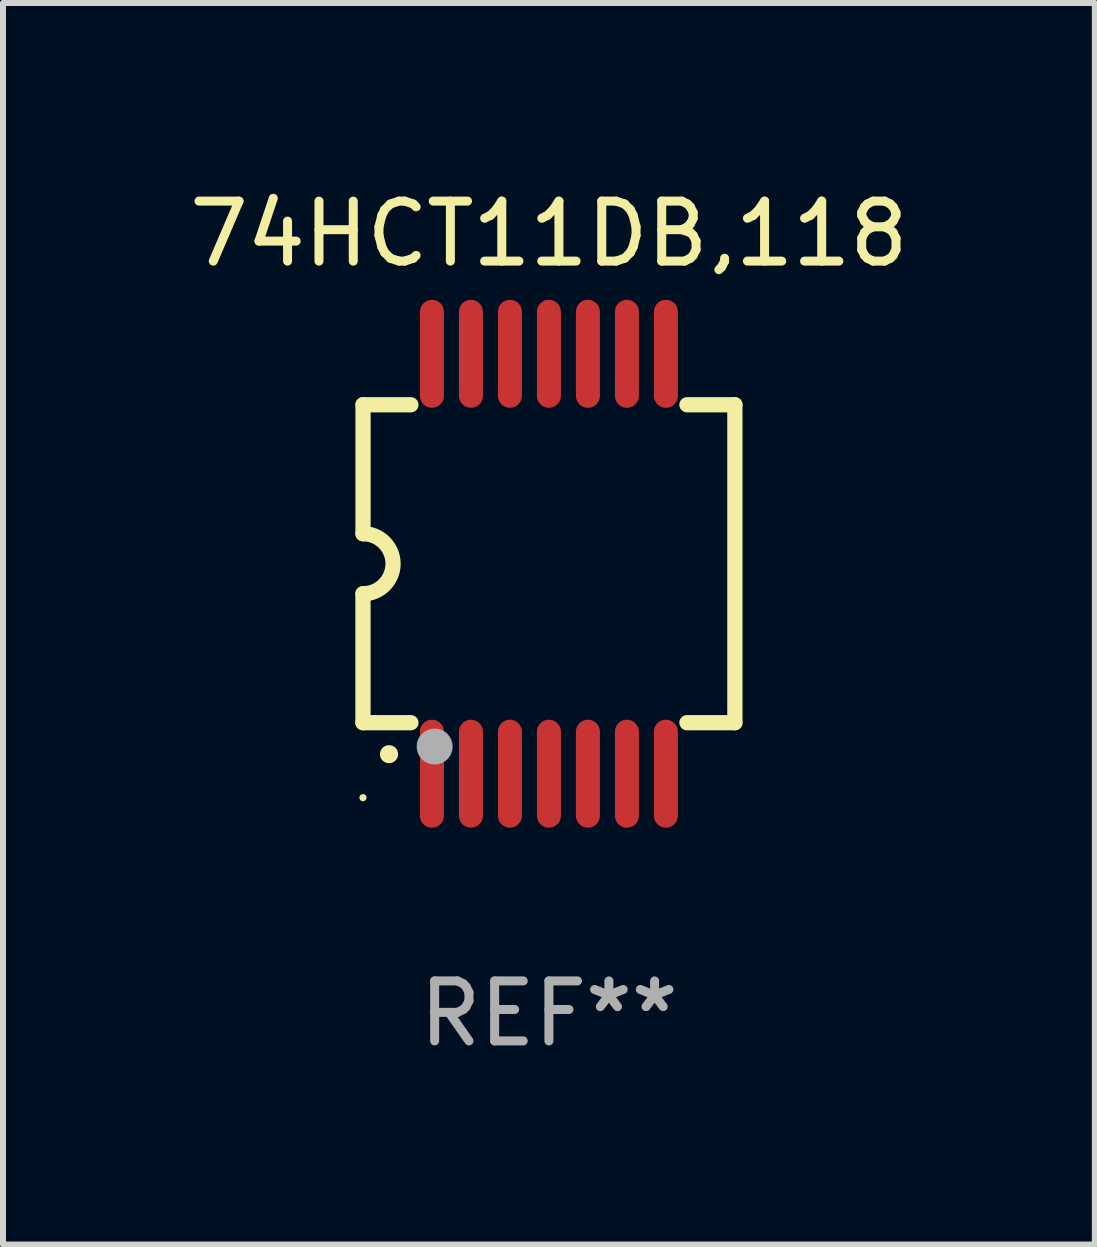
<source format=kicad_pcb>
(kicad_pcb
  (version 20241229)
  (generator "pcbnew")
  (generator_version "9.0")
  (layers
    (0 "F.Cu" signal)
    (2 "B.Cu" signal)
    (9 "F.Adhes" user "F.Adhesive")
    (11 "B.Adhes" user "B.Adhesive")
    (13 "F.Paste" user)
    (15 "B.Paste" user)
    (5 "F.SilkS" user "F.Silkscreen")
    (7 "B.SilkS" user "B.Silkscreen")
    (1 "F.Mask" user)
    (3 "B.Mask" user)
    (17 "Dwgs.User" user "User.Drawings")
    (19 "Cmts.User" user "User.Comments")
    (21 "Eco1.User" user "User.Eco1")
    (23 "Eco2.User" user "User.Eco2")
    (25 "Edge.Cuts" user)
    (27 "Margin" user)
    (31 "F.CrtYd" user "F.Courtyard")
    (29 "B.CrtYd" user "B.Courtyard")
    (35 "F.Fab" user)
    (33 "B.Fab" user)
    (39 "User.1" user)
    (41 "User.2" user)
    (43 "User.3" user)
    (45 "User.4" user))
  (footprint "74HCT11DB,118"
    (layer "F.Cu")
    (at 6.101 6.348)
    (property "Reference" "74HCT11DB,118" (at 0 -5.5 0) (layer "F.SilkS") (effects (font (size 1 1) (thickness 0.15))))
    (attr through_hole)
    (fp_line (start -3.1 2.65) (end -3.1 0.5) (stroke (width 0.254) (type solid)) (layer "F.SilkS"))
    (fp_line (start -3.099 -2.65) (end -2.301 -2.65) (stroke (width 0.254) (type solid)) (layer "F.SilkS"))
    (fp_line (start -3.099 -0.5) (end -3.099 -2.65) (stroke (width 0.254) (type solid)) (layer "F.SilkS"))
    (fp_line (start -2.301 2.65) (end -3.1 2.65) (stroke (width 0.254) (type solid)) (layer "F.SilkS"))
    (fp_line (start 2.301 -2.65) (end 3.1 -2.65) (stroke (width 0.254) (type solid)) (layer "F.SilkS"))
    (fp_line (start 3.1 -2.65) (end 3.1 2.65) (stroke (width 0.254) (type solid)) (layer "F.SilkS"))
    (fp_line (start 3.1 2.65) (end 2.301 2.65) (stroke (width 0.254) (type solid)) (layer "F.SilkS"))
    (fp_arc (start -3.098806 -0.500381) (mid -2.598806 0) (end -3.098806 0.500381) (stroke (width 0.254001) (type solid)) (layer "F.SilkS"))
    (fp_arc (start -2.667005 3.175006) (mid -2.665735 3.175001) (end -2.664465 3.175006) (stroke (width 0.3) (type solid)) (layer "F.SilkS"))
    (fp_circle (center -3.1 3.9) (end -3.07 3.9) (stroke (width 0.06) (type solid)) (fill no) (layer "F.SilkS"))
    (fp_circle (center -1.905 3.048) (end -1.755 3.048) (stroke (width 0.3) (type solid)) (fill no) (layer "F.Fab"))
    (fp_text user "REF**" (at 0 7.5 0) (layer "F.Fab") (effects (font (size 1 1) (thickness 0.15))))
    (pad "1" smd oval (at -1.95 3.5 270) (size 1.8 0.4) (layers "F.Cu" "F.Mask" "F.Paste"))
    (pad "2" smd oval (at -1.3 3.5 270) (size 1.8 0.4) (layers "F.Cu" "F.Mask" "F.Paste"))
    (pad "3" smd oval (at -0.65 3.5 270) (size 1.8 0.4) (layers "F.Cu" "F.Mask" "F.Paste"))
    (pad "4" smd oval (at 0 3.5 270) (size 1.8 0.4) (layers "F.Cu" "F.Mask" "F.Paste"))
    (pad "5" smd oval (at 0.65 3.5 270) (size 1.8 0.4) (layers "F.Cu" "F.Mask" "F.Paste"))
    (pad "6" smd oval (at 1.3 3.5 270) (size 1.8 0.4) (layers "F.Cu" "F.Mask" "F.Paste"))
    (pad "7" smd oval (at 1.95 3.5 270) (size 1.8 0.4) (layers "F.Cu" "F.Mask" "F.Paste"))
    (pad "8" smd oval (at 1.95 -3.5 90) (size 1.8 0.4) (layers "F.Cu" "F.Mask" "F.Paste"))
    (pad "9" smd oval (at 1.3 -3.5 90) (size 1.8 0.4) (layers "F.Cu" "F.Mask" "F.Paste"))
    (pad "10" smd oval (at 0.65 -3.5 90) (size 1.8 0.4) (layers "F.Cu" "F.Mask" "F.Paste"))
    (pad "11" smd oval (at 0 -3.5 90) (size 1.8 0.4) (layers "F.Cu" "F.Mask" "F.Paste"))
    (pad "12" smd oval (at -0.65 -3.5 90) (size 1.8 0.4) (layers "F.Cu" "F.Mask" "F.Paste"))
    (pad "13" smd oval (at -1.3 -3.5 90) (size 1.8 0.4) (layers "F.Cu" "F.Mask" "F.Paste"))
    (pad "14" smd oval (at -1.95 -3.5 90) (size 1.8 0.4) (layers "F.Cu" "F.Mask" "F.Paste")))
  (gr_rect
    (start -3 -3)
    (end 15.202 17.697)
    (stroke (width 0.1) (type default))
    (fill no)
    (layer "Edge.Cuts")))
</source>
